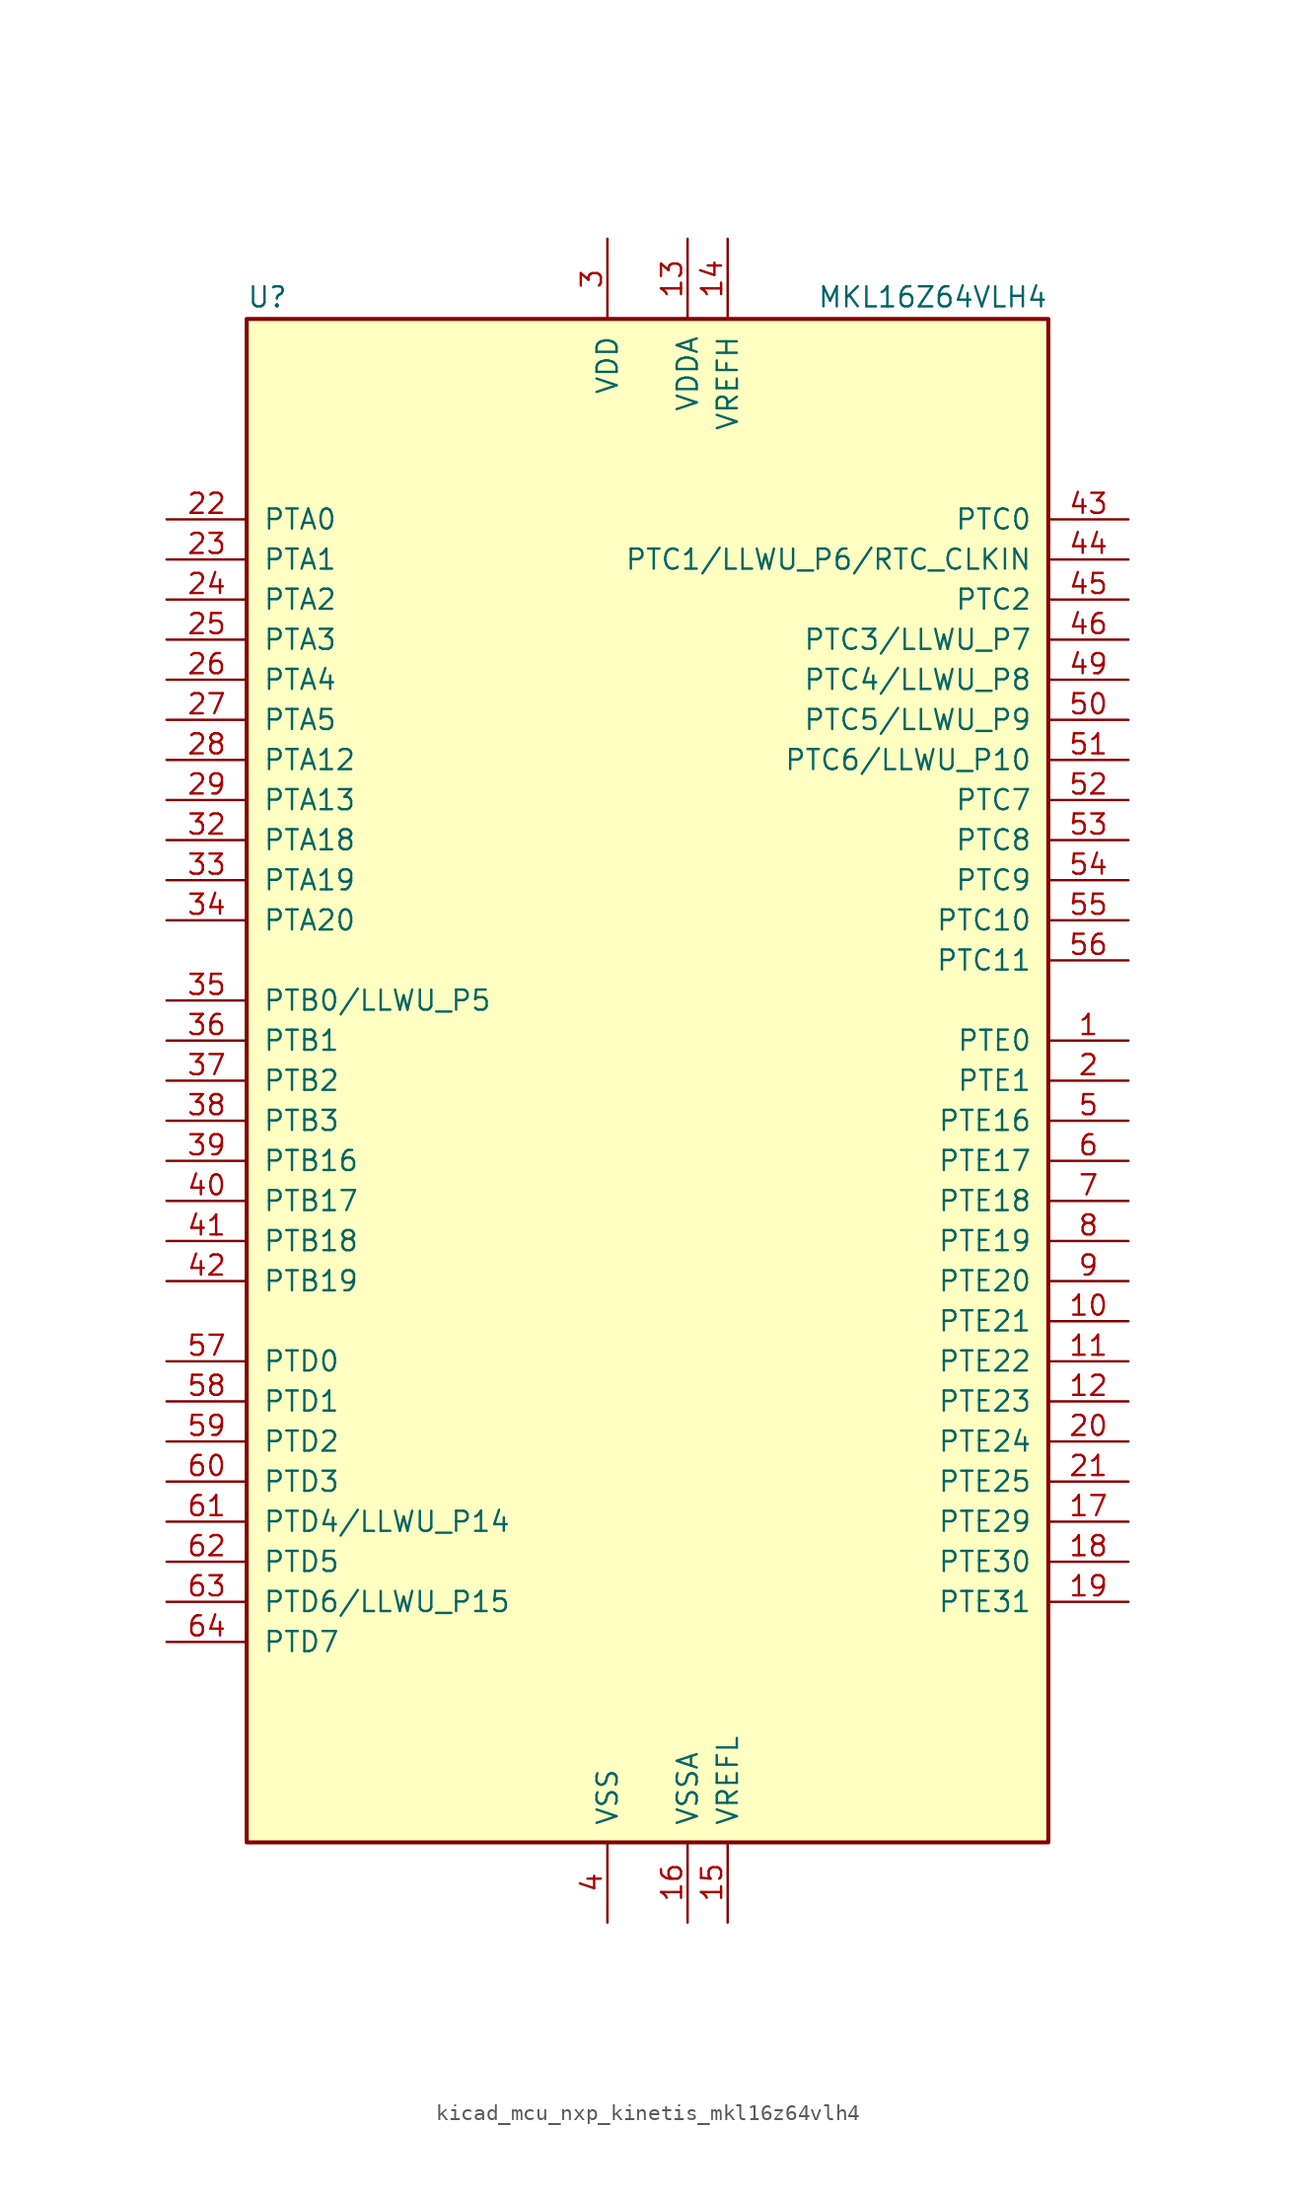
<source format=kicad_sym>
(kicad_symbol_lib
  (version 20220914)
  (generator kicad_symbol_editor)
  (symbol "kicad_mcu_nxp_kinetis_mkl16z64vlh4"
    (pin_names
      (offset 1.016))
    (property "Reference" "U"
      (at -25.4 48.895 0)
      (effects (font (size 1.27 1.27)) (justify left bottom)))
    (property "Value" "MKL16Z64VLH4"
      (at 25.4 48.895 0)
      (effects (font (size 1.27 1.27)) (justify right bottom)))
    (symbol "kicad_mcu_nxp_kinetis_mkl16z64vlh4_0_1"
      (rectangle (start -25.4 48.26) (end 25.4 -48.26) (stroke (width 0.254) (type default)) (fill (type background))))
    (symbol "kicad_mcu_nxp_kinetis_mkl16z64vlh4_1_1"
      (pin bidirectional line (at 30.48 2.54 180) (length 5.08) (name "PTE0" (effects (font (size 1.27 1.27)))) (number "1" (effects (font (size 1.27 1.27)))))
      (pin bidirectional line (at 30.48 -15.24 180) (length 5.08) (name "PTE21" (effects (font (size 1.27 1.27)))) (number "10" (effects (font (size 1.27 1.27)))))
      (pin bidirectional line (at 30.48 -17.78 180) (length 5.08) (name "PTE22" (effects (font (size 1.27 1.27)))) (number "11" (effects (font (size 1.27 1.27)))))
      (pin bidirectional line (at 30.48 -20.32 180) (length 5.08) (name "PTE23" (effects (font (size 1.27 1.27)))) (number "12" (effects (font (size 1.27 1.27)))))
      (pin power_in line (at 2.54 53.34 270) (length 5.08) (name "VDDA" (effects (font (size 1.27 1.27)))) (number "13" (effects (font (size 1.27 1.27)))))
      (pin power_in line (at 5.08 53.34 270) (length 5.08) (name "VREFH" (effects (font (size 1.27 1.27)))) (number "14" (effects (font (size 1.27 1.27)))))
      (pin power_in line (at 5.08 -53.34 90) (length 5.08) (name "VREFL" (effects (font (size 1.27 1.27)))) (number "15" (effects (font (size 1.27 1.27)))))
      (pin power_in line (at 2.54 -53.34 90) (length 5.08) (name "VSSA" (effects (font (size 1.27 1.27)))) (number "16" (effects (font (size 1.27 1.27)))))
      (pin bidirectional line (at 30.48 -27.94 180) (length 5.08) (name "PTE29" (effects (font (size 1.27 1.27)))) (number "17" (effects (font (size 1.27 1.27)))))
      (pin bidirectional line (at 30.48 -30.48 180) (length 5.08) (name "PTE30" (effects (font (size 1.27 1.27)))) (number "18" (effects (font (size 1.27 1.27)))))
      (pin bidirectional line (at 30.48 -33.02 180) (length 5.08) (name "PTE31" (effects (font (size 1.27 1.27)))) (number "19" (effects (font (size 1.27 1.27)))))
      (pin bidirectional line (at 30.48 0 180) (length 5.08) (name "PTE1" (effects (font (size 1.27 1.27)))) (number "2" (effects (font (size 1.27 1.27)))))
      (pin bidirectional line (at 30.48 -22.86 180) (length 5.08) (name "PTE24" (effects (font (size 1.27 1.27)))) (number "20" (effects (font (size 1.27 1.27)))))
      (pin bidirectional line (at 30.48 -25.4 180) (length 5.08) (name "PTE25" (effects (font (size 1.27 1.27)))) (number "21" (effects (font (size 1.27 1.27)))))
      (pin bidirectional line (at -30.48 35.56 0) (length 5.08) (name "PTA0" (effects (font (size 1.27 1.27)))) (number "22" (effects (font (size 1.27 1.27)))))
      (pin bidirectional line (at -30.48 33.02 0) (length 5.08) (name "PTA1" (effects (font (size 1.27 1.27)))) (number "23" (effects (font (size 1.27 1.27)))))
      (pin bidirectional line (at -30.48 30.48 0) (length 5.08) (name "PTA2" (effects (font (size 1.27 1.27)))) (number "24" (effects (font (size 1.27 1.27)))))
      (pin bidirectional line (at -30.48 27.94 0) (length 5.08) (name "PTA3" (effects (font (size 1.27 1.27)))) (number "25" (effects (font (size 1.27 1.27)))))
      (pin bidirectional line (at -30.48 25.4 0) (length 5.08) (name "PTA4" (effects (font (size 1.27 1.27)))) (number "26" (effects (font (size 1.27 1.27)))))
      (pin bidirectional line (at -30.48 22.86 0) (length 5.08) (name "PTA5" (effects (font (size 1.27 1.27)))) (number "27" (effects (font (size 1.27 1.27)))))
      (pin bidirectional line (at -30.48 20.32 0) (length 5.08) (name "PTA12" (effects (font (size 1.27 1.27)))) (number "28" (effects (font (size 1.27 1.27)))))
      (pin bidirectional line (at -30.48 17.78 0) (length 5.08) (name "PTA13" (effects (font (size 1.27 1.27)))) (number "29" (effects (font (size 1.27 1.27)))))
      (pin power_in line (at -2.54 53.34 270) (length 5.08) (name "VDD" (effects (font (size 1.27 1.27)))) (number "3" (effects (font (size 1.27 1.27)))))
      (pin passive line (at -2.54 53.34 270) (length 5.08) hide (name "VDD" (effects (font (size 1.27 1.27)))) (number "30" (effects (font (size 1.27 1.27)))))
      (pin passive line (at -2.54 -53.34 90) (length 5.08) hide (name "VSS" (effects (font (size 1.27 1.27)))) (number "31" (effects (font (size 1.27 1.27)))))
      (pin bidirectional line (at -30.48 15.24 0) (length 5.08) (name "PTA18" (effects (font (size 1.27 1.27)))) (number "32" (effects (font (size 1.27 1.27)))))
      (pin bidirectional line (at -30.48 12.7 0) (length 5.08) (name "PTA19" (effects (font (size 1.27 1.27)))) (number "33" (effects (font (size 1.27 1.27)))))
      (pin bidirectional line (at -30.48 10.16 0) (length 5.08) (name "PTA20" (effects (font (size 1.27 1.27)))) (number "34" (effects (font (size 1.27 1.27)))))
      (pin bidirectional line (at -30.48 5.08 0) (length 5.08) (name "PTB0/LLWU_P5" (effects (font (size 1.27 1.27)))) (number "35" (effects (font (size 1.27 1.27)))))
      (pin bidirectional line (at -30.48 2.54 0) (length 5.08) (name "PTB1" (effects (font (size 1.27 1.27)))) (number "36" (effects (font (size 1.27 1.27)))))
      (pin bidirectional line (at -30.48 0 0) (length 5.08) (name "PTB2" (effects (font (size 1.27 1.27)))) (number "37" (effects (font (size 1.27 1.27)))))
      (pin bidirectional line (at -30.48 -2.54 0) (length 5.08) (name "PTB3" (effects (font (size 1.27 1.27)))) (number "38" (effects (font (size 1.27 1.27)))))
      (pin bidirectional line (at -30.48 -5.08 0) (length 5.08) (name "PTB16" (effects (font (size 1.27 1.27)))) (number "39" (effects (font (size 1.27 1.27)))))
      (pin power_in line (at -2.54 -53.34 90) (length 5.08) (name "VSS" (effects (font (size 1.27 1.27)))) (number "4" (effects (font (size 1.27 1.27)))))
      (pin bidirectional line (at -30.48 -7.62 0) (length 5.08) (name "PTB17" (effects (font (size 1.27 1.27)))) (number "40" (effects (font (size 1.27 1.27)))))
      (pin bidirectional line (at -30.48 -10.16 0) (length 5.08) (name "PTB18" (effects (font (size 1.27 1.27)))) (number "41" (effects (font (size 1.27 1.27)))))
      (pin bidirectional line (at -30.48 -12.7 0) (length 5.08) (name "PTB19" (effects (font (size 1.27 1.27)))) (number "42" (effects (font (size 1.27 1.27)))))
      (pin bidirectional line (at 30.48 35.56 180) (length 5.08) (name "PTC0" (effects (font (size 1.27 1.27)))) (number "43" (effects (font (size 1.27 1.27)))))
      (pin bidirectional line (at 30.48 33.02 180) (length 5.08) (name "PTC1/LLWU_P6/RTC_CLKIN" (effects (font (size 1.27 1.27)))) (number "44" (effects (font (size 1.27 1.27)))))
      (pin bidirectional line (at 30.48 30.48 180) (length 5.08) (name "PTC2" (effects (font (size 1.27 1.27)))) (number "45" (effects (font (size 1.27 1.27)))))
      (pin bidirectional line (at 30.48 27.94 180) (length 5.08) (name "PTC3/LLWU_P7" (effects (font (size 1.27 1.27)))) (number "46" (effects (font (size 1.27 1.27)))))
      (pin passive line (at -2.54 -53.34 90) (length 5.08) hide (name "VSS" (effects (font (size 1.27 1.27)))) (number "47" (effects (font (size 1.27 1.27)))))
      (pin passive line (at -2.54 53.34 270) (length 5.08) hide (name "VDD" (effects (font (size 1.27 1.27)))) (number "48" (effects (font (size 1.27 1.27)))))
      (pin bidirectional line (at 30.48 25.4 180) (length 5.08) (name "PTC4/LLWU_P8" (effects (font (size 1.27 1.27)))) (number "49" (effects (font (size 1.27 1.27)))))
      (pin bidirectional line (at 30.48 -2.54 180) (length 5.08) (name "PTE16" (effects (font (size 1.27 1.27)))) (number "5" (effects (font (size 1.27 1.27)))))
      (pin bidirectional line (at 30.48 22.86 180) (length 5.08) (name "PTC5/LLWU_P9" (effects (font (size 1.27 1.27)))) (number "50" (effects (font (size 1.27 1.27)))))
      (pin bidirectional line (at 30.48 20.32 180) (length 5.08) (name "PTC6/LLWU_P10" (effects (font (size 1.27 1.27)))) (number "51" (effects (font (size 1.27 1.27)))))
      (pin bidirectional line (at 30.48 17.78 180) (length 5.08) (name "PTC7" (effects (font (size 1.27 1.27)))) (number "52" (effects (font (size 1.27 1.27)))))
      (pin bidirectional line (at 30.48 15.24 180) (length 5.08) (name "PTC8" (effects (font (size 1.27 1.27)))) (number "53" (effects (font (size 1.27 1.27)))))
      (pin bidirectional line (at 30.48 12.7 180) (length 5.08) (name "PTC9" (effects (font (size 1.27 1.27)))) (number "54" (effects (font (size 1.27 1.27)))))
      (pin bidirectional line (at 30.48 10.16 180) (length 5.08) (name "PTC10" (effects (font (size 1.27 1.27)))) (number "55" (effects (font (size 1.27 1.27)))))
      (pin bidirectional line (at 30.48 7.62 180) (length 5.08) (name "PTC11" (effects (font (size 1.27 1.27)))) (number "56" (effects (font (size 1.27 1.27)))))
      (pin bidirectional line (at -30.48 -17.78 0) (length 5.08) (name "PTD0" (effects (font (size 1.27 1.27)))) (number "57" (effects (font (size 1.27 1.27)))))
      (pin bidirectional line (at -30.48 -20.32 0) (length 5.08) (name "PTD1" (effects (font (size 1.27 1.27)))) (number "58" (effects (font (size 1.27 1.27)))))
      (pin bidirectional line (at -30.48 -22.86 0) (length 5.08) (name "PTD2" (effects (font (size 1.27 1.27)))) (number "59" (effects (font (size 1.27 1.27)))))
      (pin bidirectional line (at 30.48 -5.08 180) (length 5.08) (name "PTE17" (effects (font (size 1.27 1.27)))) (number "6" (effects (font (size 1.27 1.27)))))
      (pin bidirectional line (at -30.48 -25.4 0) (length 5.08) (name "PTD3" (effects (font (size 1.27 1.27)))) (number "60" (effects (font (size 1.27 1.27)))))
      (pin bidirectional line (at -30.48 -27.94 0) (length 5.08) (name "PTD4/LLWU_P14" (effects (font (size 1.27 1.27)))) (number "61" (effects (font (size 1.27 1.27)))))
      (pin bidirectional line (at -30.48 -30.48 0) (length 5.08) (name "PTD5" (effects (font (size 1.27 1.27)))) (number "62" (effects (font (size 1.27 1.27)))))
      (pin bidirectional line (at -30.48 -33.02 0) (length 5.08) (name "PTD6/LLWU_P15" (effects (font (size 1.27 1.27)))) (number "63" (effects (font (size 1.27 1.27)))))
      (pin bidirectional line (at -30.48 -35.56 0) (length 5.08) (name "PTD7" (effects (font (size 1.27 1.27)))) (number "64" (effects (font (size 1.27 1.27)))))
      (pin bidirectional line (at 30.48 -7.62 180) (length 5.08) (name "PTE18" (effects (font (size 1.27 1.27)))) (number "7" (effects (font (size 1.27 1.27)))))
      (pin bidirectional line (at 30.48 -10.16 180) (length 5.08) (name "PTE19" (effects (font (size 1.27 1.27)))) (number "8" (effects (font (size 1.27 1.27)))))
      (pin bidirectional line (at 30.48 -12.7 180) (length 5.08) (name "PTE20" (effects (font (size 1.27 1.27)))) (number "9" (effects (font (size 1.27 1.27))))))))
</source>
